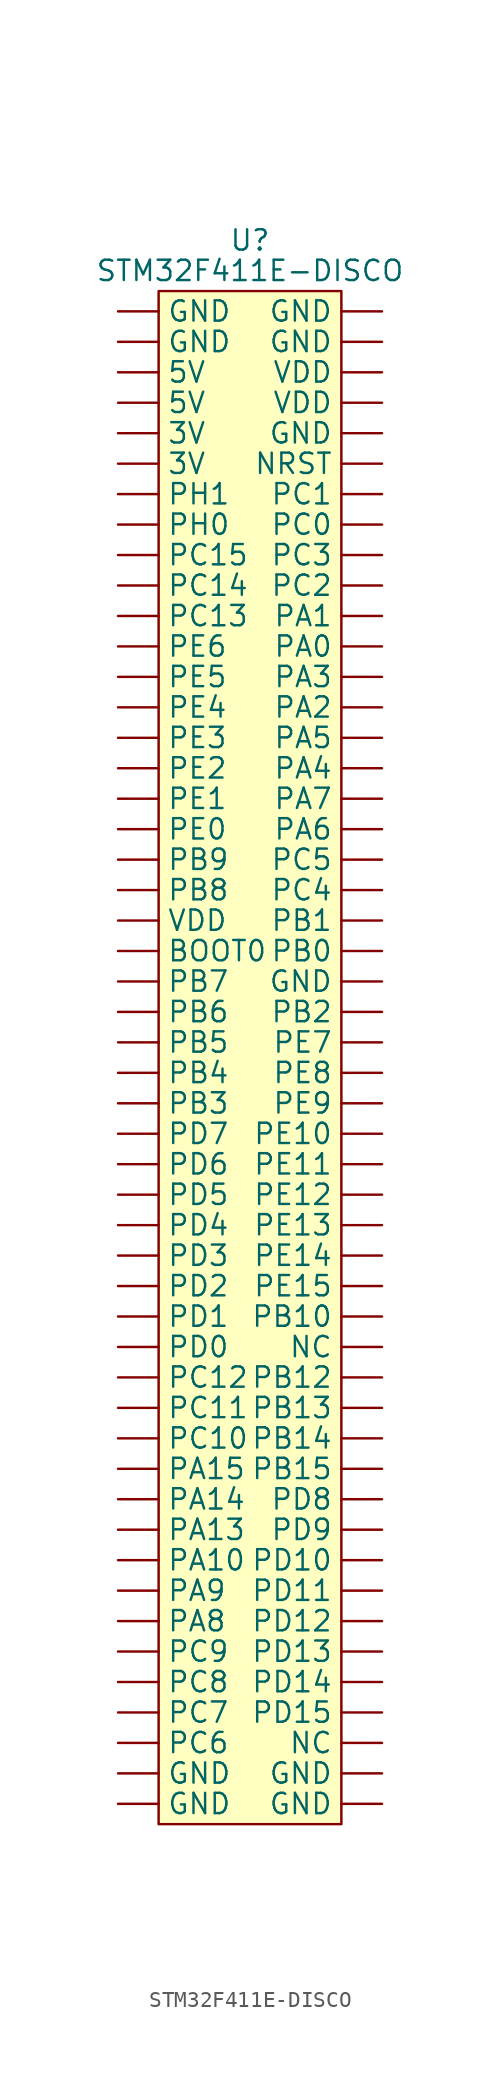
<source format=kicad_sym>
(kicad_symbol_lib
  (version 20220914)
  (generator kicad_symbol_editor)
  (symbol "STM32F411E-DISCO"
    (property "Reference" "U"
      (at 0 3.175 0)
      (effects (font (size 1.27 1.27))))
    (property "Value" "STM32F411E-DISCO"
      (at 0 1.27 0)
      (effects (font (size 1.27 1.27))))
    (symbol "STM32F411E-DISCO_1_1"
      (rectangle (start -5.715 0) (end 5.715 -95.885) (stroke (width 0) (type default)) (fill (type background)))
      (pin input line (at -8.255 -10.795 0) (length 2.54) (name "3V" (effects (font (size 1.27 1.27)))) (number "" (effects (font (size 1.27 1.27)))))
      (pin input line (at -8.255 -8.89 0) (length 2.54) (name "3V" (effects (font (size 1.27 1.27)))) (number "" (effects (font (size 1.27 1.27)))))
      (pin input line (at -8.255 -6.985 0) (length 2.54) (name "5V" (effects (font (size 1.27 1.27)))) (number "" (effects (font (size 1.27 1.27)))))
      (pin input line (at -8.255 -5.08 0) (length 2.54) (name "5V" (effects (font (size 1.27 1.27)))) (number "" (effects (font (size 1.27 1.27)))))
      (pin input line (at -8.255 -41.275 0) (length 2.54) (name "BOOT0" (effects (font (size 1.27 1.27)))) (number "" (effects (font (size 1.27 1.27)))))
      (pin input line (at -8.255 -94.615 0) (length 2.54) (name "GND" (effects (font (size 1.27 1.27)))) (number "" (effects (font (size 1.27 1.27)))))
      (pin input line (at -8.255 -92.71 0) (length 2.54) (name "GND" (effects (font (size 1.27 1.27)))) (number "" (effects (font (size 1.27 1.27)))))
      (pin input line (at -8.255 -3.175 0) (length 2.54) (name "GND" (effects (font (size 1.27 1.27)))) (number "" (effects (font (size 1.27 1.27)))))
      (pin input line (at -8.255 -1.27 0) (length 2.54) (name "GND" (effects (font (size 1.27 1.27)))) (number "" (effects (font (size 1.27 1.27)))))
      (pin input line (at 8.255 -94.615 180) (length 2.54) (name "GND" (effects (font (size 1.27 1.27)))) (number "" (effects (font (size 1.27 1.27)))))
      (pin input line (at 8.255 -92.71 180) (length 2.54) (name "GND" (effects (font (size 1.27 1.27)))) (number "" (effects (font (size 1.27 1.27)))))
      (pin input line (at 8.255 -43.18 180) (length 2.54) (name "GND" (effects (font (size 1.27 1.27)))) (number "" (effects (font (size 1.27 1.27)))))
      (pin input line (at 8.255 -8.89 180) (length 2.54) (name "GND" (effects (font (size 1.27 1.27)))) (number "" (effects (font (size 1.27 1.27)))))
      (pin input line (at 8.255 -3.175 180) (length 2.54) (name "GND" (effects (font (size 1.27 1.27)))) (number "" (effects (font (size 1.27 1.27)))))
      (pin input line (at 8.255 -1.27 180) (length 2.54) (name "GND" (effects (font (size 1.27 1.27)))) (number "" (effects (font (size 1.27 1.27)))))
      (pin input line (at 8.255 -90.805 180) (length 2.54) (name "NC" (effects (font (size 1.27 1.27)))) (number "" (effects (font (size 1.27 1.27)))))
      (pin input line (at 8.255 -66.04 180) (length 2.54) (name "NC" (effects (font (size 1.27 1.27)))) (number "" (effects (font (size 1.27 1.27)))))
      (pin input line (at 8.255 -10.795 180) (length 2.54) (name "NRST" (effects (font (size 1.27 1.27)))) (number "" (effects (font (size 1.27 1.27)))))
      (pin input line (at 8.255 -22.225 180) (length 2.54) (name "PA0" (effects (font (size 1.27 1.27)))) (number "" (effects (font (size 1.27 1.27)))))
      (pin input line (at 8.255 -20.32 180) (length 2.54) (name "PA1" (effects (font (size 1.27 1.27)))) (number "" (effects (font (size 1.27 1.27)))))
      (pin input line (at -8.255 -79.375 0) (length 2.54) (name "PA10" (effects (font (size 1.27 1.27)))) (number "" (effects (font (size 1.27 1.27)))))
      (pin input line (at -8.255 -77.47 0) (length 2.54) (name "PA13" (effects (font (size 1.27 1.27)))) (number "" (effects (font (size 1.27 1.27)))))
      (pin input line (at -8.255 -75.565 0) (length 2.54) (name "PA14" (effects (font (size 1.27 1.27)))) (number "" (effects (font (size 1.27 1.27)))))
      (pin input line (at -8.255 -73.66 0) (length 2.54) (name "PA15" (effects (font (size 1.27 1.27)))) (number "" (effects (font (size 1.27 1.27)))))
      (pin input line (at 8.255 -26.035 180) (length 2.54) (name "PA2" (effects (font (size 1.27 1.27)))) (number "" (effects (font (size 1.27 1.27)))))
      (pin input line (at 8.255 -24.13 180) (length 2.54) (name "PA3" (effects (font (size 1.27 1.27)))) (number "" (effects (font (size 1.27 1.27)))))
      (pin input line (at 8.255 -29.845 180) (length 2.54) (name "PA4" (effects (font (size 1.27 1.27)))) (number "" (effects (font (size 1.27 1.27)))))
      (pin input line (at 8.255 -27.94 180) (length 2.54) (name "PA5" (effects (font (size 1.27 1.27)))) (number "" (effects (font (size 1.27 1.27)))))
      (pin input line (at 8.255 -33.655 180) (length 2.54) (name "PA6" (effects (font (size 1.27 1.27)))) (number "" (effects (font (size 1.27 1.27)))))
      (pin input line (at 8.255 -31.75 180) (length 2.54) (name "PA7" (effects (font (size 1.27 1.27)))) (number "" (effects (font (size 1.27 1.27)))))
      (pin input line (at -8.255 -83.185 0) (length 2.54) (name "PA8" (effects (font (size 1.27 1.27)))) (number "" (effects (font (size 1.27 1.27)))))
      (pin input line (at -8.255 -81.28 0) (length 2.54) (name "PA9" (effects (font (size 1.27 1.27)))) (number "" (effects (font (size 1.27 1.27)))))
      (pin input line (at 8.255 -41.275 180) (length 2.54) (name "PB0" (effects (font (size 1.27 1.27)))) (number "" (effects (font (size 1.27 1.27)))))
      (pin input line (at 8.255 -39.37 180) (length 2.54) (name "PB1" (effects (font (size 1.27 1.27)))) (number "" (effects (font (size 1.27 1.27)))))
      (pin input line (at 8.255 -64.135 180) (length 2.54) (name "PB10" (effects (font (size 1.27 1.27)))) (number "" (effects (font (size 1.27 1.27)))))
      (pin input line (at 8.255 -67.945 180) (length 2.54) (name "PB12" (effects (font (size 1.27 1.27)))) (number "" (effects (font (size 1.27 1.27)))))
      (pin input line (at 8.255 -69.85 180) (length 2.54) (name "PB13" (effects (font (size 1.27 1.27)))) (number "" (effects (font (size 1.27 1.27)))))
      (pin input line (at 8.255 -71.755 180) (length 2.54) (name "PB14" (effects (font (size 1.27 1.27)))) (number "" (effects (font (size 1.27 1.27)))))
      (pin input line (at 8.255 -73.66 180) (length 2.54) (name "PB15" (effects (font (size 1.27 1.27)))) (number "" (effects (font (size 1.27 1.27)))))
      (pin input line (at 8.255 -45.085 180) (length 2.54) (name "PB2" (effects (font (size 1.27 1.27)))) (number "" (effects (font (size 1.27 1.27)))))
      (pin input line (at -8.255 -50.8 0) (length 2.54) (name "PB3" (effects (font (size 1.27 1.27)))) (number "" (effects (font (size 1.27 1.27)))))
      (pin input line (at -8.255 -48.895 0) (length 2.54) (name "PB4" (effects (font (size 1.27 1.27)))) (number "" (effects (font (size 1.27 1.27)))))
      (pin input line (at -8.255 -46.99 0) (length 2.54) (name "PB5" (effects (font (size 1.27 1.27)))) (number "" (effects (font (size 1.27 1.27)))))
      (pin input line (at -8.255 -45.085 0) (length 2.54) (name "PB6" (effects (font (size 1.27 1.27)))) (number "" (effects (font (size 1.27 1.27)))))
      (pin input line (at -8.255 -43.18 0) (length 2.54) (name "PB7" (effects (font (size 1.27 1.27)))) (number "" (effects (font (size 1.27 1.27)))))
      (pin input line (at -8.255 -37.465 0) (length 2.54) (name "PB8" (effects (font (size 1.27 1.27)))) (number "" (effects (font (size 1.27 1.27)))))
      (pin input line (at -8.255 -35.56 0) (length 2.54) (name "PB9" (effects (font (size 1.27 1.27)))) (number "" (effects (font (size 1.27 1.27)))))
      (pin input line (at 8.255 -14.605 180) (length 2.54) (name "PC0" (effects (font (size 1.27 1.27)))) (number "" (effects (font (size 1.27 1.27)))))
      (pin input line (at 8.255 -12.7 180) (length 2.54) (name "PC1" (effects (font (size 1.27 1.27)))) (number "" (effects (font (size 1.27 1.27)))))
      (pin input line (at -8.255 -71.755 0) (length 2.54) (name "PC10" (effects (font (size 1.27 1.27)))) (number "" (effects (font (size 1.27 1.27)))))
      (pin input line (at -8.255 -69.85 0) (length 2.54) (name "PC11" (effects (font (size 1.27 1.27)))) (number "" (effects (font (size 1.27 1.27)))))
      (pin input line (at -8.255 -67.945 0) (length 2.54) (name "PC12" (effects (font (size 1.27 1.27)))) (number "" (effects (font (size 1.27 1.27)))))
      (pin input line (at -8.255 -20.32 0) (length 2.54) (name "PC13" (effects (font (size 1.27 1.27)))) (number "" (effects (font (size 1.27 1.27)))))
      (pin input line (at -8.255 -18.415 0) (length 2.54) (name "PC14" (effects (font (size 1.27 1.27)))) (number "" (effects (font (size 1.27 1.27)))))
      (pin input line (at -8.255 -16.51 0) (length 2.54) (name "PC15" (effects (font (size 1.27 1.27)))) (number "" (effects (font (size 1.27 1.27)))))
      (pin input line (at 8.255 -18.415 180) (length 2.54) (name "PC2" (effects (font (size 1.27 1.27)))) (number "" (effects (font (size 1.27 1.27)))))
      (pin input line (at 8.255 -16.51 180) (length 2.54) (name "PC3" (effects (font (size 1.27 1.27)))) (number "" (effects (font (size 1.27 1.27)))))
      (pin input line (at 8.255 -37.465 180) (length 2.54) (name "PC4" (effects (font (size 1.27 1.27)))) (number "" (effects (font (size 1.27 1.27)))))
      (pin input line (at 8.255 -35.56 180) (length 2.54) (name "PC5" (effects (font (size 1.27 1.27)))) (number "" (effects (font (size 1.27 1.27)))))
      (pin input line (at -8.255 -90.805 0) (length 2.54) (name "PC6" (effects (font (size 1.27 1.27)))) (number "" (effects (font (size 1.27 1.27)))))
      (pin input line (at -8.255 -88.9 0) (length 2.54) (name "PC7" (effects (font (size 1.27 1.27)))) (number "" (effects (font (size 1.27 1.27)))))
      (pin input line (at -8.255 -86.995 0) (length 2.54) (name "PC8" (effects (font (size 1.27 1.27)))) (number "" (effects (font (size 1.27 1.27)))))
      (pin input line (at -8.255 -85.09 0) (length 2.54) (name "PC9" (effects (font (size 1.27 1.27)))) (number "" (effects (font (size 1.27 1.27)))))
      (pin input line (at -8.255 -66.04 0) (length 2.54) (name "PD0" (effects (font (size 1.27 1.27)))) (number "" (effects (font (size 1.27 1.27)))))
      (pin input line (at -8.255 -64.135 0) (length 2.54) (name "PD1" (effects (font (size 1.27 1.27)))) (number "" (effects (font (size 1.27 1.27)))))
      (pin input line (at 8.255 -79.375 180) (length 2.54) (name "PD10" (effects (font (size 1.27 1.27)))) (number "" (effects (font (size 1.27 1.27)))))
      (pin input line (at 8.255 -81.28 180) (length 2.54) (name "PD11" (effects (font (size 1.27 1.27)))) (number "" (effects (font (size 1.27 1.27)))))
      (pin input line (at 8.255 -83.185 180) (length 2.54) (name "PD12" (effects (font (size 1.27 1.27)))) (number "" (effects (font (size 1.27 1.27)))))
      (pin input line (at 8.255 -85.09 180) (length 2.54) (name "PD13" (effects (font (size 1.27 1.27)))) (number "" (effects (font (size 1.27 1.27)))))
      (pin input line (at 8.255 -86.995 180) (length 2.54) (name "PD14" (effects (font (size 1.27 1.27)))) (number "" (effects (font (size 1.27 1.27)))))
      (pin input line (at 8.255 -88.9 180) (length 2.54) (name "PD15" (effects (font (size 1.27 1.27)))) (number "" (effects (font (size 1.27 1.27)))))
      (pin input line (at -8.255 -62.23 0) (length 2.54) (name "PD2" (effects (font (size 1.27 1.27)))) (number "" (effects (font (size 1.27 1.27)))))
      (pin input line (at -8.255 -60.325 0) (length 2.54) (name "PD3" (effects (font (size 1.27 1.27)))) (number "" (effects (font (size 1.27 1.27)))))
      (pin input line (at -8.255 -58.42 0) (length 2.54) (name "PD4" (effects (font (size 1.27 1.27)))) (number "" (effects (font (size 1.27 1.27)))))
      (pin input line (at -8.255 -56.515 0) (length 2.54) (name "PD5" (effects (font (size 1.27 1.27)))) (number "" (effects (font (size 1.27 1.27)))))
      (pin input line (at -8.255 -54.61 0) (length 2.54) (name "PD6" (effects (font (size 1.27 1.27)))) (number "" (effects (font (size 1.27 1.27)))))
      (pin input line (at -8.255 -52.705 0) (length 2.54) (name "PD7" (effects (font (size 1.27 1.27)))) (number "" (effects (font (size 1.27 1.27)))))
      (pin input line (at 8.255 -75.565 180) (length 2.54) (name "PD8" (effects (font (size 1.27 1.27)))) (number "" (effects (font (size 1.27 1.27)))))
      (pin input line (at 8.255 -77.47 180) (length 2.54) (name "PD9" (effects (font (size 1.27 1.27)))) (number "" (effects (font (size 1.27 1.27)))))
      (pin input line (at -8.255 -33.655 0) (length 2.54) (name "PE0" (effects (font (size 1.27 1.27)))) (number "" (effects (font (size 1.27 1.27)))))
      (pin input line (at -8.255 -31.75 0) (length 2.54) (name "PE1" (effects (font (size 1.27 1.27)))) (number "" (effects (font (size 1.27 1.27)))))
      (pin input line (at 8.255 -52.705 180) (length 2.54) (name "PE10" (effects (font (size 1.27 1.27)))) (number "" (effects (font (size 1.27 1.27)))))
      (pin input line (at 8.255 -54.61 180) (length 2.54) (name "PE11" (effects (font (size 1.27 1.27)))) (number "" (effects (font (size 1.27 1.27)))))
      (pin input line (at 8.255 -56.515 180) (length 2.54) (name "PE12" (effects (font (size 1.27 1.27)))) (number "" (effects (font (size 1.27 1.27)))))
      (pin input line (at 8.255 -58.42 180) (length 2.54) (name "PE13" (effects (font (size 1.27 1.27)))) (number "" (effects (font (size 1.27 1.27)))))
      (pin input line (at 8.255 -60.325 180) (length 2.54) (name "PE14" (effects (font (size 1.27 1.27)))) (number "" (effects (font (size 1.27 1.27)))))
      (pin input line (at 8.255 -62.23 180) (length 2.54) (name "PE15" (effects (font (size 1.27 1.27)))) (number "" (effects (font (size 1.27 1.27)))))
      (pin input line (at -8.255 -29.845 0) (length 2.54) (name "PE2" (effects (font (size 1.27 1.27)))) (number "" (effects (font (size 1.27 1.27)))))
      (pin input line (at -8.255 -27.94 0) (length 2.54) (name "PE3" (effects (font (size 1.27 1.27)))) (number "" (effects (font (size 1.27 1.27)))))
      (pin input line (at -8.255 -26.035 0) (length 2.54) (name "PE4" (effects (font (size 1.27 1.27)))) (number "" (effects (font (size 1.27 1.27)))))
      (pin input line (at -8.255 -24.13 0) (length 2.54) (name "PE5" (effects (font (size 1.27 1.27)))) (number "" (effects (font (size 1.27 1.27)))))
      (pin input line (at -8.255 -22.225 0) (length 2.54) (name "PE6" (effects (font (size 1.27 1.27)))) (number "" (effects (font (size 1.27 1.27)))))
      (pin input line (at 8.255 -46.99 180) (length 2.54) (name "PE7" (effects (font (size 1.27 1.27)))) (number "" (effects (font (size 1.27 1.27)))))
      (pin input line (at 8.255 -48.895 180) (length 2.54) (name "PE8" (effects (font (size 1.27 1.27)))) (number "" (effects (font (size 1.27 1.27)))))
      (pin input line (at 8.255 -50.8 180) (length 2.54) (name "PE9" (effects (font (size 1.27 1.27)))) (number "" (effects (font (size 1.27 1.27)))))
      (pin input line (at -8.255 -14.605 0) (length 2.54) (name "PH0" (effects (font (size 1.27 1.27)))) (number "" (effects (font (size 1.27 1.27)))))
      (pin input line (at -8.255 -12.7 0) (length 2.54) (name "PH1" (effects (font (size 1.27 1.27)))) (number "" (effects (font (size 1.27 1.27)))))
      (pin input line (at -8.255 -39.37 0) (length 2.54) (name "VDD" (effects (font (size 1.27 1.27)))) (number "" (effects (font (size 1.27 1.27)))))
      (pin input line (at 8.255 -6.985 180) (length 2.54) (name "VDD" (effects (font (size 1.27 1.27)))) (number "" (effects (font (size 1.27 1.27)))))
      (pin input line (at 8.255 -5.08 180) (length 2.54) (name "VDD" (effects (font (size 1.27 1.27)))) (number "" (effects (font (size 1.27 1.27))))))))
</source>
